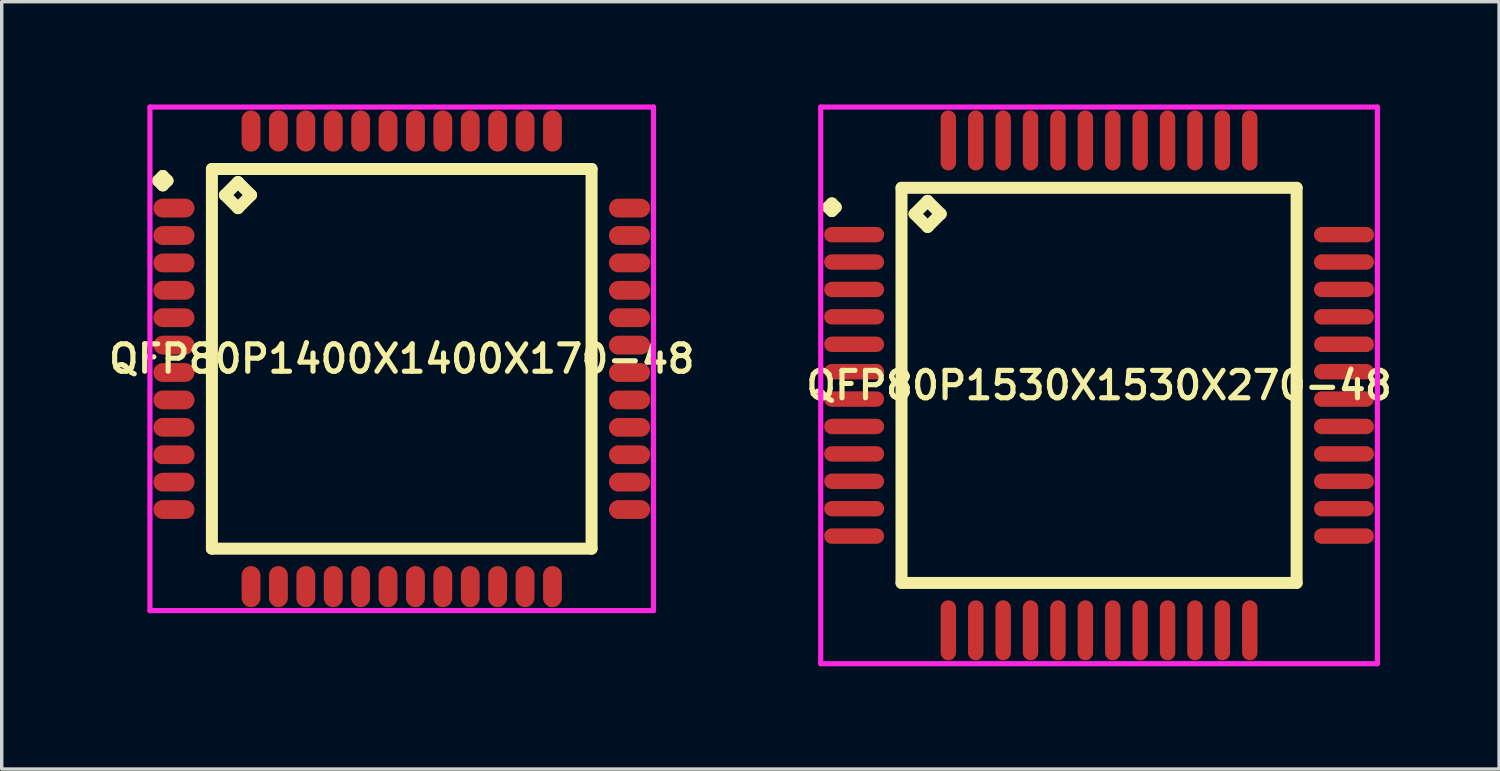
<source format=kicad_pcb>
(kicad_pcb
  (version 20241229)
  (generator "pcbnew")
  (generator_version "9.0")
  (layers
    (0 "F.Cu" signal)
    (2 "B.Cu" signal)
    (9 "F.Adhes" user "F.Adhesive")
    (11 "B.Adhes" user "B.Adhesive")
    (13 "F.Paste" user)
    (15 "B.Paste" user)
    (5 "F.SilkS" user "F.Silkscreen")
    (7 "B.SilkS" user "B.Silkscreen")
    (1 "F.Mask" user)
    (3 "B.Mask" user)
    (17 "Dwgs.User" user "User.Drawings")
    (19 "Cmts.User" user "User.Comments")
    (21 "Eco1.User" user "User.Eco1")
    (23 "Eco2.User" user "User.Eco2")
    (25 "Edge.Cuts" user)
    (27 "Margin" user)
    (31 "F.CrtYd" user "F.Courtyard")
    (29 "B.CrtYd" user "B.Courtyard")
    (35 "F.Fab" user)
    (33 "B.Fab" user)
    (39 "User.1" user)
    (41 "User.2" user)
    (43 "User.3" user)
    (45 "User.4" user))
  (footprint "QFP80P1400X1400X170-48"
    (layer "F.Cu")
    (at 8.678 7.425)
    (property "Reference" "QFP80P1400X1400X170-48" (at 0 0 0) (layer "F.SilkS") (effects (font (size 0.8 0.8) (thickness 0.15))))
    (attr smd)
    (fp_line (start -7.112 -5.2) (end -6.975 -5.338) (stroke (width 0.35) (type solid)) (layer "F.SilkS"))
    (fp_line (start -6.975 -5.338) (end -6.838 -5.2) (stroke (width 0.35) (type solid)) (layer "F.SilkS"))
    (fp_line (start -6.975 -5.062) (end -7.112 -5.2) (stroke (width 0.35) (type solid)) (layer "F.SilkS"))
    (fp_line (start -6.838 -5.2) (end -6.975 -5.062) (stroke (width 0.35) (type solid)) (layer "F.SilkS"))
    (fp_line (start -5.542 -5.542) (end -5.542 5.542) (stroke (width 0.35) (type solid)) (layer "F.SilkS"))
    (fp_line (start -5.542 5.542) (end 5.542 5.542) (stroke (width 0.35) (type solid)) (layer "F.SilkS"))
    (fp_line (start -5.161 -4.78) (end -4.78 -5.161) (stroke (width 0.35) (type solid)) (layer "F.SilkS"))
    (fp_line (start -4.78 -5.161) (end -4.399 -4.78) (stroke (width 0.35) (type solid)) (layer "F.SilkS"))
    (fp_line (start -4.78 -4.399) (end -5.161 -4.78) (stroke (width 0.35) (type solid)) (layer "F.SilkS"))
    (fp_line (start -4.399 -4.78) (end -4.78 -4.399) (stroke (width 0.35) (type solid)) (layer "F.SilkS"))
    (fp_line (start 5.542 -5.542) (end -5.542 -5.542) (stroke (width 0.35) (type solid)) (layer "F.SilkS"))
    (fp_line (start 5.542 5.542) (end 5.542 -5.542) (stroke (width 0.35) (type solid)) (layer "F.SilkS"))
    (fp_line (start -7.35 -7.35) (end 7.35 -7.35) (stroke (width 0.15) (type solid)) (layer "F.CrtYd"))
    (fp_line (start -7.35 7.35) (end -7.35 -7.35) (stroke (width 0.15) (type solid)) (layer "F.CrtYd"))
    (fp_line (start 7.35 -7.35) (end 7.35 7.35) (stroke (width 0.15) (type solid)) (layer "F.CrtYd"))
    (fp_line (start 7.35 7.35) (end -7.35 7.35) (stroke (width 0.15) (type solid)) (layer "F.CrtYd"))
    (pad "1" smd oval (at -6.65 -4.4) (size 1.2 0.55) (layers "F.Cu" "F.Mask" "F.Paste"))
    (pad "2" smd oval (at -6.65 -3.6) (size 1.2 0.55) (layers "F.Cu" "F.Mask" "F.Paste"))
    (pad "3" smd oval (at -6.65 -2.8) (size 1.2 0.55) (layers "F.Cu" "F.Mask" "F.Paste"))
    (pad "4" smd oval (at -6.65 -2) (size 1.2 0.55) (layers "F.Cu" "F.Mask" "F.Paste"))
    (pad "5" smd oval (at -6.65 -1.2) (size 1.2 0.55) (layers "F.Cu" "F.Mask" "F.Paste"))
    (pad "6" smd oval (at -6.65 -0.4) (size 1.2 0.55) (layers "F.Cu" "F.Mask" "F.Paste"))
    (pad "7" smd oval (at -6.65 0.4) (size 1.2 0.55) (layers "F.Cu" "F.Mask" "F.Paste"))
    (pad "8" smd oval (at -6.65 1.2) (size 1.2 0.55) (layers "F.Cu" "F.Mask" "F.Paste"))
    (pad "9" smd oval (at -6.65 2) (size 1.2 0.55) (layers "F.Cu" "F.Mask" "F.Paste"))
    (pad "10" smd oval (at -6.65 2.8) (size 1.2 0.55) (layers "F.Cu" "F.Mask" "F.Paste"))
    (pad "11" smd oval (at -6.65 3.6) (size 1.2 0.55) (layers "F.Cu" "F.Mask" "F.Paste"))
    (pad "12" smd oval (at -6.65 4.4) (size 1.2 0.55) (layers "F.Cu" "F.Mask" "F.Paste"))
    (pad "13" smd oval (at -4.4 6.65) (size 0.55 1.2) (layers "F.Cu" "F.Mask" "F.Paste"))
    (pad "14" smd oval (at -3.6 6.65) (size 0.55 1.2) (layers "F.Cu" "F.Mask" "F.Paste"))
    (pad "15" smd oval (at -2.8 6.65) (size 0.55 1.2) (layers "F.Cu" "F.Mask" "F.Paste"))
    (pad "16" smd oval (at -2 6.65) (size 0.55 1.2) (layers "F.Cu" "F.Mask" "F.Paste"))
    (pad "17" smd oval (at -1.2 6.65) (size 0.55 1.2) (layers "F.Cu" "F.Mask" "F.Paste"))
    (pad "18" smd oval (at -0.4 6.65) (size 0.55 1.2) (layers "F.Cu" "F.Mask" "F.Paste"))
    (pad "19" smd oval (at 0.4 6.65) (size 0.55 1.2) (layers "F.Cu" "F.Mask" "F.Paste"))
    (pad "20" smd oval (at 1.2 6.65) (size 0.55 1.2) (layers "F.Cu" "F.Mask" "F.Paste"))
    (pad "21" smd oval (at 2 6.65) (size 0.55 1.2) (layers "F.Cu" "F.Mask" "F.Paste"))
    (pad "22" smd oval (at 2.8 6.65) (size 0.55 1.2) (layers "F.Cu" "F.Mask" "F.Paste"))
    (pad "23" smd oval (at 3.6 6.65) (size 0.55 1.2) (layers "F.Cu" "F.Mask" "F.Paste"))
    (pad "24" smd oval (at 4.4 6.65) (size 0.55 1.2) (layers "F.Cu" "F.Mask" "F.Paste"))
    (pad "25" smd oval (at 6.65 4.4) (size 1.2 0.55) (layers "F.Cu" "F.Mask" "F.Paste"))
    (pad "26" smd oval (at 6.65 3.6) (size 1.2 0.55) (layers "F.Cu" "F.Mask" "F.Paste"))
    (pad "27" smd oval (at 6.65 2.8) (size 1.2 0.55) (layers "F.Cu" "F.Mask" "F.Paste"))
    (pad "28" smd oval (at 6.65 2) (size 1.2 0.55) (layers "F.Cu" "F.Mask" "F.Paste"))
    (pad "29" smd oval (at 6.65 1.2) (size 1.2 0.55) (layers "F.Cu" "F.Mask" "F.Paste"))
    (pad "30" smd oval (at 6.65 0.4) (size 1.2 0.55) (layers "F.Cu" "F.Mask" "F.Paste"))
    (pad "31" smd oval (at 6.65 -0.4) (size 1.2 0.55) (layers "F.Cu" "F.Mask" "F.Paste"))
    (pad "32" smd oval (at 6.65 -1.2) (size 1.2 0.55) (layers "F.Cu" "F.Mask" "F.Paste"))
    (pad "33" smd oval (at 6.65 -2) (size 1.2 0.55) (layers "F.Cu" "F.Mask" "F.Paste"))
    (pad "34" smd oval (at 6.65 -2.8) (size 1.2 0.55) (layers "F.Cu" "F.Mask" "F.Paste"))
    (pad "35" smd oval (at 6.65 -3.6) (size 1.2 0.55) (layers "F.Cu" "F.Mask" "F.Paste"))
    (pad "36" smd oval (at 6.65 -4.4) (size 1.2 0.55) (layers "F.Cu" "F.Mask" "F.Paste"))
    (pad "37" smd oval (at 4.4 -6.65) (size 0.55 1.2) (layers "F.Cu" "F.Mask" "F.Paste"))
    (pad "38" smd oval (at 3.6 -6.65) (size 0.55 1.2) (layers "F.Cu" "F.Mask" "F.Paste"))
    (pad "39" smd oval (at 2.8 -6.65) (size 0.55 1.2) (layers "F.Cu" "F.Mask" "F.Paste"))
    (pad "40" smd oval (at 2 -6.65) (size 0.55 1.2) (layers "F.Cu" "F.Mask" "F.Paste"))
    (pad "41" smd oval (at 1.2 -6.65) (size 0.55 1.2) (layers "F.Cu" "F.Mask" "F.Paste"))
    (pad "42" smd oval (at 0.4 -6.65) (size 0.55 1.2) (layers "F.Cu" "F.Mask" "F.Paste"))
    (pad "43" smd oval (at -0.4 -6.65) (size 0.55 1.2) (layers "F.Cu" "F.Mask" "F.Paste"))
    (pad "44" smd oval (at -1.2 -6.65) (size 0.55 1.2) (layers "F.Cu" "F.Mask" "F.Paste"))
    (pad "45" smd oval (at -2 -6.65) (size 0.55 1.2) (layers "F.Cu" "F.Mask" "F.Paste"))
    (pad "46" smd oval (at -2.8 -6.65) (size 0.55 1.2) (layers "F.Cu" "F.Mask" "F.Paste"))
    (pad "47" smd oval (at -3.6 -6.65) (size 0.55 1.2) (layers "F.Cu" "F.Mask" "F.Paste"))
    (pad "48" smd oval (at -4.4 -6.65) (size 0.55 1.2) (layers "F.Cu" "F.Mask" "F.Paste")))
  (footprint "QFP80P1530X1530X270-48"
    (layer "F.Cu")
    (at 29.035 8.2)
    (property "Reference" "QFP80P1530X1530X270-48" (at 0 0 0) (layer "F.SilkS") (effects (font (size 0.8 0.8) (thickness 0.15))))
    (attr smd)
    (fp_line (start -7.912 -5.2) (end -7.8 -5.312) (stroke (width 0.35) (type solid)) (layer "F.SilkS"))
    (fp_line (start -7.8 -5.312) (end -7.688 -5.2) (stroke (width 0.35) (type solid)) (layer "F.SilkS"))
    (fp_line (start -7.8 -5.088) (end -7.912 -5.2) (stroke (width 0.35) (type solid)) (layer "F.SilkS"))
    (fp_line (start -7.688 -5.2) (end -7.8 -5.088) (stroke (width 0.35) (type solid)) (layer "F.SilkS"))
    (fp_line (start -5.767 -5.767) (end -5.767 5.767) (stroke (width 0.35) (type solid)) (layer "F.SilkS"))
    (fp_line (start -5.767 5.767) (end 5.767 5.767) (stroke (width 0.35) (type solid)) (layer "F.SilkS"))
    (fp_line (start -5.386 -5.005) (end -5.005 -5.386) (stroke (width 0.35) (type solid)) (layer "F.SilkS"))
    (fp_line (start -5.005 -5.386) (end -4.624 -5.005) (stroke (width 0.35) (type solid)) (layer "F.SilkS"))
    (fp_line (start -5.005 -4.624) (end -5.386 -5.005) (stroke (width 0.35) (type solid)) (layer "F.SilkS"))
    (fp_line (start -4.624 -5.005) (end -5.005 -4.624) (stroke (width 0.35) (type solid)) (layer "F.SilkS"))
    (fp_line (start 5.767 -5.767) (end -5.767 -5.767) (stroke (width 0.35) (type solid)) (layer "F.SilkS"))
    (fp_line (start 5.767 5.767) (end 5.767 -5.767) (stroke (width 0.35) (type solid)) (layer "F.SilkS"))
    (fp_line (start -8.125 -8.125) (end 8.125 -8.125) (stroke (width 0.15) (type solid)) (layer "F.CrtYd"))
    (fp_line (start -8.125 8.125) (end -8.125 -8.125) (stroke (width 0.15) (type solid)) (layer "F.CrtYd"))
    (fp_line (start 8.125 -8.125) (end 8.125 8.125) (stroke (width 0.15) (type solid)) (layer "F.CrtYd"))
    (fp_line (start 8.125 8.125) (end -8.125 8.125) (stroke (width 0.15) (type solid)) (layer "F.CrtYd"))
    (pad "1" smd oval (at -7.15 -4.4) (size 1.75 0.45) (layers "F.Cu" "F.Mask" "F.Paste"))
    (pad "2" smd oval (at -7.15 -3.6) (size 1.75 0.45) (layers "F.Cu" "F.Mask" "F.Paste"))
    (pad "3" smd oval (at -7.15 -2.8) (size 1.75 0.45) (layers "F.Cu" "F.Mask" "F.Paste"))
    (pad "4" smd oval (at -7.15 -2) (size 1.75 0.45) (layers "F.Cu" "F.Mask" "F.Paste"))
    (pad "5" smd oval (at -7.15 -1.2) (size 1.75 0.45) (layers "F.Cu" "F.Mask" "F.Paste"))
    (pad "6" smd oval (at -7.15 -0.4) (size 1.75 0.45) (layers "F.Cu" "F.Mask" "F.Paste"))
    (pad "7" smd oval (at -7.15 0.4) (size 1.75 0.45) (layers "F.Cu" "F.Mask" "F.Paste"))
    (pad "8" smd oval (at -7.15 1.2) (size 1.75 0.45) (layers "F.Cu" "F.Mask" "F.Paste"))
    (pad "9" smd oval (at -7.15 2) (size 1.75 0.45) (layers "F.Cu" "F.Mask" "F.Paste"))
    (pad "10" smd oval (at -7.15 2.8) (size 1.75 0.45) (layers "F.Cu" "F.Mask" "F.Paste"))
    (pad "11" smd oval (at -7.15 3.6) (size 1.75 0.45) (layers "F.Cu" "F.Mask" "F.Paste"))
    (pad "12" smd oval (at -7.15 4.4) (size 1.75 0.45) (layers "F.Cu" "F.Mask" "F.Paste"))
    (pad "13" smd oval (at -4.4 7.15) (size 0.45 1.75) (layers "F.Cu" "F.Mask" "F.Paste"))
    (pad "14" smd oval (at -3.6 7.15) (size 0.45 1.75) (layers "F.Cu" "F.Mask" "F.Paste"))
    (pad "15" smd oval (at -2.8 7.15) (size 0.45 1.75) (layers "F.Cu" "F.Mask" "F.Paste"))
    (pad "16" smd oval (at -2 7.15) (size 0.45 1.75) (layers "F.Cu" "F.Mask" "F.Paste"))
    (pad "17" smd oval (at -1.2 7.15) (size 0.45 1.75) (layers "F.Cu" "F.Mask" "F.Paste"))
    (pad "18" smd oval (at -0.4 7.15) (size 0.45 1.75) (layers "F.Cu" "F.Mask" "F.Paste"))
    (pad "19" smd oval (at 0.4 7.15) (size 0.45 1.75) (layers "F.Cu" "F.Mask" "F.Paste"))
    (pad "20" smd oval (at 1.2 7.15) (size 0.45 1.75) (layers "F.Cu" "F.Mask" "F.Paste"))
    (pad "21" smd oval (at 2 7.15) (size 0.45 1.75) (layers "F.Cu" "F.Mask" "F.Paste"))
    (pad "22" smd oval (at 2.8 7.15) (size 0.45 1.75) (layers "F.Cu" "F.Mask" "F.Paste"))
    (pad "23" smd oval (at 3.6 7.15) (size 0.45 1.75) (layers "F.Cu" "F.Mask" "F.Paste"))
    (pad "24" smd oval (at 4.4 7.15) (size 0.45 1.75) (layers "F.Cu" "F.Mask" "F.Paste"))
    (pad "25" smd oval (at 7.15 4.4) (size 1.75 0.45) (layers "F.Cu" "F.Mask" "F.Paste"))
    (pad "26" smd oval (at 7.15 3.6) (size 1.75 0.45) (layers "F.Cu" "F.Mask" "F.Paste"))
    (pad "27" smd oval (at 7.15 2.8) (size 1.75 0.45) (layers "F.Cu" "F.Mask" "F.Paste"))
    (pad "28" smd oval (at 7.15 2) (size 1.75 0.45) (layers "F.Cu" "F.Mask" "F.Paste"))
    (pad "29" smd oval (at 7.15 1.2) (size 1.75 0.45) (layers "F.Cu" "F.Mask" "F.Paste"))
    (pad "30" smd oval (at 7.15 0.4) (size 1.75 0.45) (layers "F.Cu" "F.Mask" "F.Paste"))
    (pad "31" smd oval (at 7.15 -0.4) (size 1.75 0.45) (layers "F.Cu" "F.Mask" "F.Paste"))
    (pad "32" smd oval (at 7.15 -1.2) (size 1.75 0.45) (layers "F.Cu" "F.Mask" "F.Paste"))
    (pad "33" smd oval (at 7.15 -2) (size 1.75 0.45) (layers "F.Cu" "F.Mask" "F.Paste"))
    (pad "34" smd oval (at 7.15 -2.8) (size 1.75 0.45) (layers "F.Cu" "F.Mask" "F.Paste"))
    (pad "35" smd oval (at 7.15 -3.6) (size 1.75 0.45) (layers "F.Cu" "F.Mask" "F.Paste"))
    (pad "36" smd oval (at 7.15 -4.4) (size 1.75 0.45) (layers "F.Cu" "F.Mask" "F.Paste"))
    (pad "37" smd oval (at 4.4 -7.15) (size 0.45 1.75) (layers "F.Cu" "F.Mask" "F.Paste"))
    (pad "38" smd oval (at 3.6 -7.15) (size 0.45 1.75) (layers "F.Cu" "F.Mask" "F.Paste"))
    (pad "39" smd oval (at 2.8 -7.15) (size 0.45 1.75) (layers "F.Cu" "F.Mask" "F.Paste"))
    (pad "40" smd oval (at 2 -7.15) (size 0.45 1.75) (layers "F.Cu" "F.Mask" "F.Paste"))
    (pad "41" smd oval (at 1.2 -7.15) (size 0.45 1.75) (layers "F.Cu" "F.Mask" "F.Paste"))
    (pad "42" smd oval (at 0.4 -7.15) (size 0.45 1.75) (layers "F.Cu" "F.Mask" "F.Paste"))
    (pad "43" smd oval (at -0.4 -7.15) (size 0.45 1.75) (layers "F.Cu" "F.Mask" "F.Paste"))
    (pad "44" smd oval (at -1.2 -7.15) (size 0.45 1.75) (layers "F.Cu" "F.Mask" "F.Paste"))
    (pad "45" smd oval (at -2 -7.15) (size 0.45 1.75) (layers "F.Cu" "F.Mask" "F.Paste"))
    (pad "46" smd oval (at -2.8 -7.15) (size 0.45 1.75) (layers "F.Cu" "F.Mask" "F.Paste"))
    (pad "47" smd oval (at -3.6 -7.15) (size 0.45 1.75) (layers "F.Cu" "F.Mask" "F.Paste"))
    (pad "48" smd oval (at -4.4 -7.15) (size 0.45 1.75) (layers "F.Cu" "F.Mask" "F.Paste")))
  (gr_rect
    (start -3 -3)
    (end 40.713 19.4)
    (stroke (width 0.1) (type default))
    (fill no)
    (layer "Edge.Cuts")))
</source>
